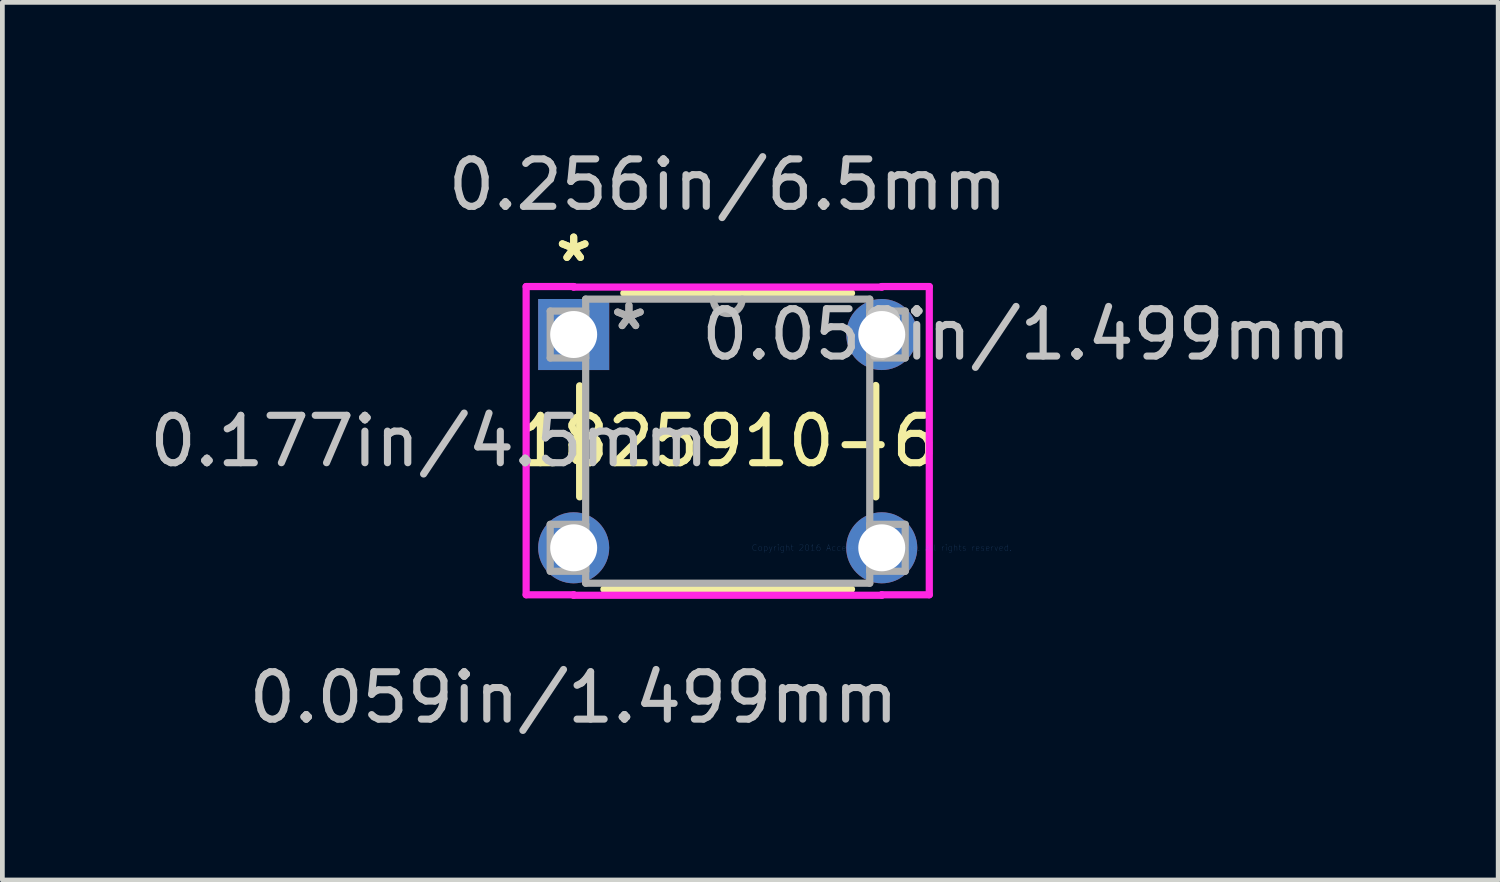
<source format=kicad_pcb>
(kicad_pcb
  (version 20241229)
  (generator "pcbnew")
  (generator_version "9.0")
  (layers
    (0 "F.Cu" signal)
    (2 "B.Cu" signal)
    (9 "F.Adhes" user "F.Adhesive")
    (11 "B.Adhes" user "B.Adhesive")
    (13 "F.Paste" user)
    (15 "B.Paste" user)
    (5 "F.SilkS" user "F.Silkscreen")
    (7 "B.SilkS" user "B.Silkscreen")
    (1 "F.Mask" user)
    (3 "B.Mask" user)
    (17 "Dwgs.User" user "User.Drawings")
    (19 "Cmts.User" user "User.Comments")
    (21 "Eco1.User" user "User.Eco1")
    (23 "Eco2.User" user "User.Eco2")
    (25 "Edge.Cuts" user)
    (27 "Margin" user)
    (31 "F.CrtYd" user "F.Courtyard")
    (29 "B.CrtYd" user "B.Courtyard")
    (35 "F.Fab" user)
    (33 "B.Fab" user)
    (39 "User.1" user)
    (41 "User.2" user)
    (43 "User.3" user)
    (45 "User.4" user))
  (footprint "1825910-6"
    (layer "F.Cu")
    (at 15.554 8.508)
    (property "Reference" "1825910-6" (at -3.25 -2.25 0) (layer "F.SilkS") (effects (font (size 1 1) (thickness 0.15))))
    (attr through_hole)
    (fp_line (start -6.374 -3.418) (end -6.374 -1.075) (stroke (width 0.152) (type solid)) (layer "F.SilkS"))
    (fp_line (start -5.862 0.874) (end -0.638 0.874) (stroke (width 0.152) (type solid)) (layer "F.SilkS"))
    (fp_line (start -0.638 -5.374) (end -5.442 -5.374) (stroke (width 0.152) (type solid)) (layer "F.SilkS"))
    (fp_line (start -0.126 -1.075) (end -0.126 -3.425) (stroke (width 0.152) (type solid)) (layer "F.SilkS"))
    (fp_line (start -7.503 -5.512) (end -7.503 0.991) (stroke (width 0.152) (type solid)) (layer "F.CrtYd"))
    (fp_line (start -7.503 0.991) (end -6.5 0.991) (stroke (width 0.152) (type solid)) (layer "F.CrtYd"))
    (fp_line (start -6.501 -5.501) (end -6.5 -5.512) (stroke (width 0.152) (type solid)) (layer "F.CrtYd"))
    (fp_line (start -6.501 1.001) (end 0.001 1.001) (stroke (width 0.152) (type solid)) (layer "F.CrtYd"))
    (fp_line (start -6.5 -5.512) (end -7.503 -5.512) (stroke (width 0.152) (type solid)) (layer "F.CrtYd"))
    (fp_line (start -6.5 0.991) (end -6.501 1.001) (stroke (width 0.152) (type solid)) (layer "F.CrtYd"))
    (fp_line (start 0 -5.512) (end 0.001 -5.501) (stroke (width 0.152) (type solid)) (layer "F.CrtYd"))
    (fp_line (start 0 0.991) (end 1.003 0.991) (stroke (width 0.152) (type solid)) (layer "F.CrtYd"))
    (fp_line (start 0.001 -5.501) (end -6.501 -5.501) (stroke (width 0.152) (type solid)) (layer "F.CrtYd"))
    (fp_line (start 0.001 1.001) (end 0 0.991) (stroke (width 0.152) (type solid)) (layer "F.CrtYd"))
    (fp_line (start 1.003 -5.512) (end 0 -5.512) (stroke (width 0.152) (type solid)) (layer "F.CrtYd"))
    (fp_line (start 1.003 0.991) (end 1.003 -5.512) (stroke (width 0.152) (type solid)) (layer "F.CrtYd"))
    (fp_line (start -6.995 -4.995) (end -6.995 -4.005) (stroke (width 0.152) (type solid)) (layer "F.Fab"))
    (fp_line (start -6.995 -4.005) (end -6.247 -4.005) (stroke (width 0.152) (type solid)) (layer "F.Fab"))
    (fp_line (start -6.995 -0.495) (end -6.995 0.495) (stroke (width 0.152) (type solid)) (layer "F.Fab"))
    (fp_line (start -6.995 0.495) (end -6.247 0.495) (stroke (width 0.152) (type solid)) (layer "F.Fab"))
    (fp_line (start -6.247 -5.247) (end -6.247 0.747) (stroke (width 0.152) (type solid)) (layer "F.Fab"))
    (fp_line (start -6.247 -4.995) (end -6.995 -4.995) (stroke (width 0.152) (type solid)) (layer "F.Fab"))
    (fp_line (start -6.247 -4.005) (end -6.247 -4.995) (stroke (width 0.152) (type solid)) (layer "F.Fab"))
    (fp_line (start -6.247 -0.495) (end -6.995 -0.495) (stroke (width 0.152) (type solid)) (layer "F.Fab"))
    (fp_line (start -6.247 0.495) (end -6.247 -0.495) (stroke (width 0.152) (type solid)) (layer "F.Fab"))
    (fp_line (start -6.247 0.747) (end -0.253 0.747) (stroke (width 0.152) (type solid)) (layer "F.Fab"))
    (fp_line (start -0.253 -5.247) (end -6.247 -5.247) (stroke (width 0.152) (type solid)) (layer "F.Fab"))
    (fp_line (start -0.253 -4.995) (end -0.253 -4.005) (stroke (width 0.152) (type solid)) (layer "F.Fab"))
    (fp_line (start -0.253 -4.005) (end 0.495 -4.005) (stroke (width 0.152) (type solid)) (layer "F.Fab"))
    (fp_line (start -0.253 -0.495) (end -0.253 0.495) (stroke (width 0.152) (type solid)) (layer "F.Fab"))
    (fp_line (start -0.253 0.495) (end 0.495 0.495) (stroke (width 0.152) (type solid)) (layer "F.Fab"))
    (fp_line (start -0.253 0.747) (end -0.253 -5.247) (stroke (width 0.152) (type solid)) (layer "F.Fab"))
    (fp_line (start 0.495 -4.995) (end -0.253 -4.995) (stroke (width 0.152) (type solid)) (layer "F.Fab"))
    (fp_line (start 0.495 -4.005) (end 0.495 -4.995) (stroke (width 0.152) (type solid)) (layer "F.Fab"))
    (fp_line (start 0.495 -0.495) (end -0.253 -0.495) (stroke (width 0.152) (type solid)) (layer "F.Fab"))
    (fp_line (start 0.495 0.495) (end 0.495 -0.495) (stroke (width 0.152) (type solid)) (layer "F.Fab"))
    (fp_arc (start -2.9452 -5.247201) (mid -3.25 -4.942401) (end -3.5548 -5.247201) (stroke (width 0.1524) (type solid)) (layer "F.Fab"))
    (fp_text user "*" (at -6.5 -6.011 0) (layer "F.SilkS") (effects (font (size 1 1) (thickness 0.15))))
    (fp_text user "*" (at -6.5 -6.011 0) (layer "F.SilkS") (effects (font (size 1 1) (thickness 0.15))))
    (fp_text user "0.177in/4.5mm" (at -9.548 -2.25 0) (layer "Dwgs.User") (effects (font (size 1 1) (thickness 0.15))))
    (fp_text user "0.256in/6.5mm" (at -3.25 -7.66 0) (layer "Dwgs.User") (effects (font (size 1 1) (thickness 0.15))))
    (fp_text user "0.059in/1.499mm" (at 3.048 -4.5 0) (layer "Dwgs.User") (effects (font (size 1 1) (thickness 0.15))))
    (fp_text user "0.059in/1.499mm" (at -6.5 3.16 0) (layer "Dwgs.User") (effects (font (size 1 1) (thickness 0.15))))
    (fp_text user "Copyright 2016 Accelerated Designs. All rights reserved." (at 0 0 0) (layer "Cmts.User") (effects (font (size 0.127 0.127) (thickness 0.002))))
    (fp_text user "*" (at -5.334 -4.572 0) (layer "F.Fab") (effects (font (size 1 1) (thickness 0.15))))
    (fp_text user "*" (at -5.334 -4.572 0) (layer "F.Fab") (effects (font (size 1 1) (thickness 0.15))))
    (pad "1" thru_hole rect (at -6.5 -4.5) (size 1.499 1.499) (drill 0.991) (layers "*.Cu" "*.Mask"))
    (pad "2" thru_hole circle (at 0.000001 -4.5) (size 1.499 1.499) (drill 0.991) (layers "*.Cu" "*.Mask"))
    (pad "3" thru_hole circle (at -6.5 0) (size 1.499 1.499) (drill 0.991) (layers "*.Cu" "*.Mask"))
    (pad "4" thru_hole circle (at 0.000001 0) (size 1.499 1.499) (drill 0.991) (layers "*.Cu" "*.Mask")))
  (gr_rect
    (start -3 -3)
    (end 28.56 15.517)
    (stroke (width 0.1) (type default))
    (fill no)
    (layer "Edge.Cuts")))
</source>
